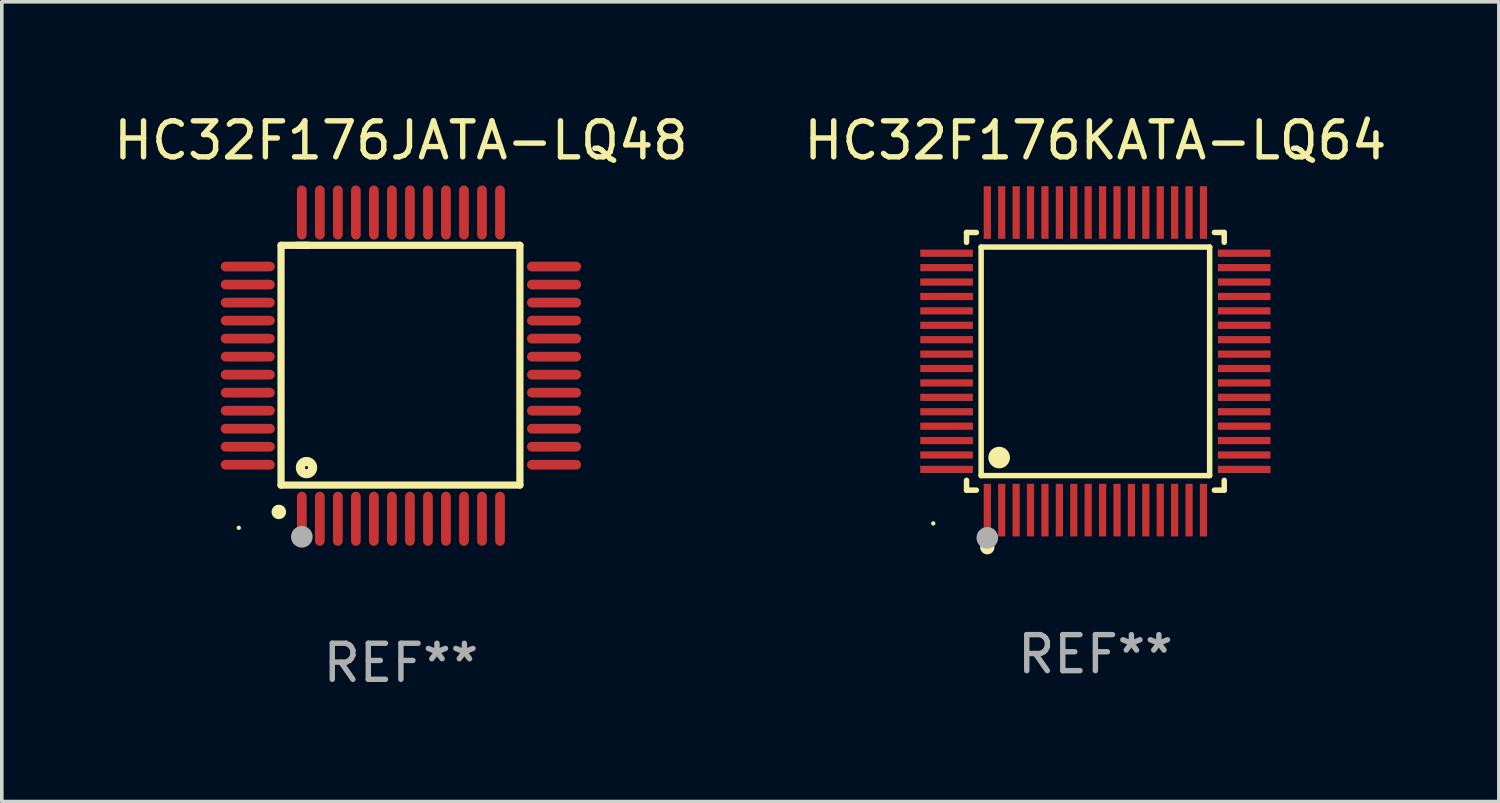
<source format=kicad_pcb>
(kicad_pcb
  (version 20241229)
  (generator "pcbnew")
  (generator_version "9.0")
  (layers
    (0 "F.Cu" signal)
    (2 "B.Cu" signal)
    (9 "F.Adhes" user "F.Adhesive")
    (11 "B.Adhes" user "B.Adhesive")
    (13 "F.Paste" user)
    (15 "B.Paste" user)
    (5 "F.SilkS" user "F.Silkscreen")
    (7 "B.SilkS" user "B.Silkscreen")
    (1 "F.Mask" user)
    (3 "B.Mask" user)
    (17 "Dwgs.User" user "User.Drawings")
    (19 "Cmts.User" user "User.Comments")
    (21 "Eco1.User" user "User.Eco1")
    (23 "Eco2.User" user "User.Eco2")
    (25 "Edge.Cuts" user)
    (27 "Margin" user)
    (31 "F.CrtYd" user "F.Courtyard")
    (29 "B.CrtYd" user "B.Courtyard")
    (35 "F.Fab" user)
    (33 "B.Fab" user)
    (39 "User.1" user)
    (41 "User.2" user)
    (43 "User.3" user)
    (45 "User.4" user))
  (footprint "HC32F176JATA-LQ48"
    (layer "F.Cu")
    (at 8.077 7.098)
    (property "Reference" "HC32F176JATA-LQ48" (at 0 -6.25 0) (layer "F.SilkS") (effects (font (size 1 1) (thickness 0.15))))
    (attr through_hole)
    (fp_line (start -3.327 -3.34) (end -2.565 -3.34) (stroke (width 0.2) (type solid)) (layer "F.SilkS"))
    (fp_line (start -3.327 3.315) (end -3.327 -3.34) (stroke (width 0.2) (type solid)) (layer "F.SilkS"))
    (fp_line (start -2.896 -3.34) (end 3.302 -3.34) (stroke (width 0.2) (type solid)) (layer "F.SilkS"))
    (fp_line (start 3.302 -3.34) (end 3.302 3.315) (stroke (width 0.2) (type solid)) (layer "F.SilkS"))
    (fp_line (start 3.302 3.315) (end -3.327 3.315) (stroke (width 0.2) (type solid)) (layer "F.SilkS"))
    (fp_arc (start -3.389992 4.059995) (mid -3.388722 4.059991) (end -3.387452 4.059995) (stroke (width 0.4) (type solid)) (layer "F.SilkS"))
    (fp_circle (center -4.5 4.5) (end -4.47 4.5) (stroke (width 0.06) (type solid)) (fill no) (layer "F.SilkS"))
    (fp_circle (center -2.62 2.83) (end -2.45 2.83) (stroke (width 0.254) (type solid)) (fill no) (layer "F.SilkS"))
    (fp_circle (center -2.75 4.75) (end -2.6 4.75) (stroke (width 0.3) (type solid)) (fill no) (layer "F.Fab"))
    (fp_text user "REF**" (at 0 8.25 0) (layer "F.Fab") (effects (font (size 1 1) (thickness 0.15))))
    (pad "1" smd oval (at -2.75 4.25) (size 0.27 1.5) (layers "F.Cu" "F.Mask" "F.Paste"))
    (pad "2" smd oval (at -2.25 4.25) (size 0.27 1.5) (layers "F.Cu" "F.Mask" "F.Paste"))
    (pad "3" smd oval (at -1.75 4.25) (size 0.27 1.5) (layers "F.Cu" "F.Mask" "F.Paste"))
    (pad "4" smd oval (at -1.25 4.25) (size 0.27 1.5) (layers "F.Cu" "F.Mask" "F.Paste"))
    (pad "5" smd oval (at -0.75 4.25) (size 0.27 1.5) (layers "F.Cu" "F.Mask" "F.Paste"))
    (pad "6" smd oval (at -0.25 4.25) (size 0.27 1.5) (layers "F.Cu" "F.Mask" "F.Paste"))
    (pad "7" smd oval (at 0.25 4.25) (size 0.27 1.5) (layers "F.Cu" "F.Mask" "F.Paste"))
    (pad "8" smd oval (at 0.75 4.25) (size 0.27 1.5) (layers "F.Cu" "F.Mask" "F.Paste"))
    (pad "9" smd oval (at 1.25 4.25) (size 0.27 1.5) (layers "F.Cu" "F.Mask" "F.Paste"))
    (pad "10" smd oval (at 1.75 4.25) (size 0.27 1.5) (layers "F.Cu" "F.Mask" "F.Paste"))
    (pad "11" smd oval (at 2.25 4.25) (size 0.27 1.5) (layers "F.Cu" "F.Mask" "F.Paste"))
    (pad "12" smd oval (at 2.75 4.25) (size 0.27 1.5) (layers "F.Cu" "F.Mask" "F.Paste"))
    (pad "13" smd oval (at 4.25 2.75) (size 1.5 0.27) (layers "F.Cu" "F.Mask" "F.Paste"))
    (pad "14" smd oval (at 4.25 2.25) (size 1.5 0.27) (layers "F.Cu" "F.Mask" "F.Paste"))
    (pad "15" smd oval (at 4.25 1.75) (size 1.5 0.27) (layers "F.Cu" "F.Mask" "F.Paste"))
    (pad "16" smd oval (at 4.25 1.25) (size 1.5 0.27) (layers "F.Cu" "F.Mask" "F.Paste"))
    (pad "17" smd oval (at 4.25 0.75) (size 1.5 0.27) (layers "F.Cu" "F.Mask" "F.Paste"))
    (pad "18" smd oval (at 4.25 0.25) (size 1.5 0.27) (layers "F.Cu" "F.Mask" "F.Paste"))
    (pad "19" smd oval (at 4.25 -0.25) (size 1.5 0.27) (layers "F.Cu" "F.Mask" "F.Paste"))
    (pad "20" smd oval (at 4.25 -0.75) (size 1.5 0.27) (layers "F.Cu" "F.Mask" "F.Paste"))
    (pad "21" smd oval (at 4.25 -1.25) (size 1.5 0.27) (layers "F.Cu" "F.Mask" "F.Paste"))
    (pad "22" smd oval (at 4.25 -1.75) (size 1.5 0.27) (layers "F.Cu" "F.Mask" "F.Paste"))
    (pad "23" smd oval (at 4.25 -2.25) (size 1.5 0.27) (layers "F.Cu" "F.Mask" "F.Paste"))
    (pad "24" smd oval (at 4.25 -2.75) (size 1.5 0.27) (layers "F.Cu" "F.Mask" "F.Paste"))
    (pad "25" smd oval (at 2.75 -4.25) (size 0.27 1.5) (layers "F.Cu" "F.Mask" "F.Paste"))
    (pad "26" smd oval (at 2.25 -4.25) (size 0.27 1.5) (layers "F.Cu" "F.Mask" "F.Paste"))
    (pad "27" smd oval (at 1.75 -4.25) (size 0.27 1.5) (layers "F.Cu" "F.Mask" "F.Paste"))
    (pad "28" smd oval (at 1.25 -4.25) (size 0.27 1.5) (layers "F.Cu" "F.Mask" "F.Paste"))
    (pad "29" smd oval (at 0.75 -4.25) (size 0.27 1.5) (layers "F.Cu" "F.Mask" "F.Paste"))
    (pad "30" smd oval (at 0.25 -4.25) (size 0.27 1.5) (layers "F.Cu" "F.Mask" "F.Paste"))
    (pad "31" smd oval (at -0.25 -4.25) (size 0.27 1.5) (layers "F.Cu" "F.Mask" "F.Paste"))
    (pad "32" smd oval (at -0.75 -4.25) (size 0.27 1.5) (layers "F.Cu" "F.Mask" "F.Paste"))
    (pad "33" smd oval (at -1.25 -4.25) (size 0.27 1.5) (layers "F.Cu" "F.Mask" "F.Paste"))
    (pad "34" smd oval (at -1.75 -4.25) (size 0.27 1.5) (layers "F.Cu" "F.Mask" "F.Paste"))
    (pad "35" smd oval (at -2.25 -4.25) (size 0.27 1.5) (layers "F.Cu" "F.Mask" "F.Paste"))
    (pad "36" smd oval (at -2.75 -4.25) (size 0.27 1.5) (layers "F.Cu" "F.Mask" "F.Paste"))
    (pad "37" smd oval (at -4.25 -2.75) (size 1.5 0.27) (layers "F.Cu" "F.Mask" "F.Paste"))
    (pad "38" smd oval (at -4.25 -2.25) (size 1.5 0.27) (layers "F.Cu" "F.Mask" "F.Paste"))
    (pad "39" smd oval (at -4.25 -1.75) (size 1.5 0.27) (layers "F.Cu" "F.Mask" "F.Paste"))
    (pad "40" smd oval (at -4.25 -1.25) (size 1.5 0.27) (layers "F.Cu" "F.Mask" "F.Paste"))
    (pad "41" smd oval (at -4.25 -0.75) (size 1.5 0.27) (layers "F.Cu" "F.Mask" "F.Paste"))
    (pad "42" smd oval (at -4.25 -0.25) (size 1.5 0.27) (layers "F.Cu" "F.Mask" "F.Paste"))
    (pad "43" smd oval (at -4.25 0.25) (size 1.5 0.27) (layers "F.Cu" "F.Mask" "F.Paste"))
    (pad "44" smd oval (at -4.25 0.75) (size 1.5 0.27) (layers "F.Cu" "F.Mask" "F.Paste"))
    (pad "45" smd oval (at -4.25 1.25) (size 1.5 0.27) (layers "F.Cu" "F.Mask" "F.Paste"))
    (pad "46" smd oval (at -4.25 1.75) (size 1.5 0.27) (layers "F.Cu" "F.Mask" "F.Paste"))
    (pad "47" smd oval (at -4.25 2.25) (size 1.5 0.27) (layers "F.Cu" "F.Mask" "F.Paste"))
    (pad "48" smd oval (at -4.25 2.75) (size 1.5 0.27) (layers "F.Cu" "F.Mask" "F.Paste")))
  (footprint "HC32F176KATA-LQ64"
    (layer "F.Cu")
    (at 27.351 6.978)
    (property "Reference" "HC32F176KATA-LQ64" (at 0 -6.13 0) (layer "F.SilkS") (effects (font (size 1 1) (thickness 0.15))))
    (attr through_hole)
    (fp_line (start -3.576 -3.576) (end -3.303 -3.576) (stroke (width 0.152) (type solid)) (layer "F.SilkS"))
    (fp_line (start -3.576 -3.303) (end -3.576 -3.576) (stroke (width 0.152) (type solid)) (layer "F.SilkS"))
    (fp_line (start -3.576 3.303) (end -3.576 3.576) (stroke (width 0.152) (type solid)) (layer "F.SilkS"))
    (fp_line (start -3.576 3.576) (end -3.303 3.576) (stroke (width 0.152) (type solid)) (layer "F.SilkS"))
    (fp_line (start -3.171 -3.171) (end 3.171 -3.171) (stroke (width 0.152) (type solid)) (layer "F.SilkS"))
    (fp_line (start -3.171 3.171) (end -3.171 -3.171) (stroke (width 0.152) (type solid)) (layer "F.SilkS"))
    (fp_line (start 3.171 -3.171) (end 3.171 3.171) (stroke (width 0.152) (type solid)) (layer "F.SilkS"))
    (fp_line (start 3.171 3.171) (end -3.171 3.171) (stroke (width 0.152) (type solid)) (layer "F.SilkS"))
    (fp_line (start 3.576 -3.576) (end 3.303 -3.576) (stroke (width 0.152) (type solid)) (layer "F.SilkS"))
    (fp_line (start 3.576 -3.303) (end 3.576 -3.576) (stroke (width 0.152) (type solid)) (layer "F.SilkS"))
    (fp_line (start 3.576 3.303) (end 3.576 3.576) (stroke (width 0.152) (type solid)) (layer "F.SilkS"))
    (fp_line (start 3.576 3.576) (end 3.303 3.576) (stroke (width 0.152) (type solid)) (layer "F.SilkS"))
    (fp_circle (center -4.5 4.5) (end -4.47 4.5) (stroke (width 0.06) (type solid)) (fill no) (layer "F.SilkS"))
    (fp_circle (center -3 5.16) (end -2.9 5.16) (stroke (width 0.2) (type solid)) (fill no) (layer "F.SilkS"))
    (fp_circle (center -2.671 2.671) (end -2.521 2.671) (stroke (width 0.3) (type solid)) (fill no) (layer "F.SilkS"))
    (fp_circle (center -3 4.9) (end -2.85 4.9) (stroke (width 0.3) (type solid)) (fill no) (layer "F.Fab"))
    (fp_text user "REF**" (at 0 8.13 0) (layer "F.Fab") (effects (font (size 1 1) (thickness 0.15))))
    (pad "1" smd rect (at -3 4.13) (size 0.2 1.46) (layers "F.Cu" "F.Mask" "F.Paste"))
    (pad "2" smd rect (at -2.6 4.13) (size 0.2 1.46) (layers "F.Cu" "F.Mask" "F.Paste"))
    (pad "3" smd rect (at -2.2 4.13) (size 0.2 1.46) (layers "F.Cu" "F.Mask" "F.Paste"))
    (pad "4" smd rect (at -1.8 4.13) (size 0.2 1.46) (layers "F.Cu" "F.Mask" "F.Paste"))
    (pad "5" smd rect (at -1.4 4.13) (size 0.2 1.46) (layers "F.Cu" "F.Mask" "F.Paste"))
    (pad "6" smd rect (at -1 4.13) (size 0.2 1.46) (layers "F.Cu" "F.Mask" "F.Paste"))
    (pad "7" smd rect (at -0.6 4.13) (size 0.2 1.46) (layers "F.Cu" "F.Mask" "F.Paste"))
    (pad "8" smd rect (at -0.2 4.13) (size 0.2 1.46) (layers "F.Cu" "F.Mask" "F.Paste"))
    (pad "9" smd rect (at 0.2 4.13) (size 0.2 1.46) (layers "F.Cu" "F.Mask" "F.Paste"))
    (pad "10" smd rect (at 0.6 4.13) (size 0.2 1.46) (layers "F.Cu" "F.Mask" "F.Paste"))
    (pad "11" smd rect (at 1 4.13) (size 0.2 1.46) (layers "F.Cu" "F.Mask" "F.Paste"))
    (pad "12" smd rect (at 1.4 4.13) (size 0.2 1.46) (layers "F.Cu" "F.Mask" "F.Paste"))
    (pad "13" smd rect (at 1.8 4.13) (size 0.2 1.46) (layers "F.Cu" "F.Mask" "F.Paste"))
    (pad "14" smd rect (at 2.2 4.13) (size 0.2 1.46) (layers "F.Cu" "F.Mask" "F.Paste"))
    (pad "15" smd rect (at 2.6 4.13) (size 0.2 1.46) (layers "F.Cu" "F.Mask" "F.Paste"))
    (pad "16" smd rect (at 3 4.13) (size 0.2 1.46) (layers "F.Cu" "F.Mask" "F.Paste"))
    (pad "17" smd rect (at 4.13 3) (size 1.46 0.2) (layers "F.Cu" "F.Mask" "F.Paste"))
    (pad "18" smd rect (at 4.13 2.6) (size 1.46 0.2) (layers "F.Cu" "F.Mask" "F.Paste"))
    (pad "19" smd rect (at 4.13 2.2) (size 1.46 0.2) (layers "F.Cu" "F.Mask" "F.Paste"))
    (pad "20" smd rect (at 4.13 1.8) (size 1.46 0.2) (layers "F.Cu" "F.Mask" "F.Paste"))
    (pad "21" smd rect (at 4.13 1.4) (size 1.46 0.2) (layers "F.Cu" "F.Mask" "F.Paste"))
    (pad "22" smd rect (at 4.13 1) (size 1.46 0.2) (layers "F.Cu" "F.Mask" "F.Paste"))
    (pad "23" smd rect (at 4.13 0.6) (size 1.46 0.2) (layers "F.Cu" "F.Mask" "F.Paste"))
    (pad "24" smd rect (at 4.13 0.2) (size 1.46 0.2) (layers "F.Cu" "F.Mask" "F.Paste"))
    (pad "25" smd rect (at 4.13 -0.2) (size 1.46 0.2) (layers "F.Cu" "F.Mask" "F.Paste"))
    (pad "26" smd rect (at 4.13 -0.6) (size 1.46 0.2) (layers "F.Cu" "F.Mask" "F.Paste"))
    (pad "27" smd rect (at 4.13 -1) (size 1.46 0.2) (layers "F.Cu" "F.Mask" "F.Paste"))
    (pad "28" smd rect (at 4.13 -1.4) (size 1.46 0.2) (layers "F.Cu" "F.Mask" "F.Paste"))
    (pad "29" smd rect (at 4.13 -1.8) (size 1.46 0.2) (layers "F.Cu" "F.Mask" "F.Paste"))
    (pad "30" smd rect (at 4.13 -2.2) (size 1.46 0.2) (layers "F.Cu" "F.Mask" "F.Paste"))
    (pad "31" smd rect (at 4.13 -2.6) (size 1.46 0.2) (layers "F.Cu" "F.Mask" "F.Paste"))
    (pad "32" smd rect (at 4.13 -3) (size 1.46 0.2) (layers "F.Cu" "F.Mask" "F.Paste"))
    (pad "33" smd rect (at 3 -4.13) (size 0.2 1.46) (layers "F.Cu" "F.Mask" "F.Paste"))
    (pad "34" smd rect (at 2.6 -4.13) (size 0.2 1.46) (layers "F.Cu" "F.Mask" "F.Paste"))
    (pad "35" smd rect (at 2.2 -4.13) (size 0.2 1.46) (layers "F.Cu" "F.Mask" "F.Paste"))
    (pad "36" smd rect (at 1.8 -4.13) (size 0.2 1.46) (layers "F.Cu" "F.Mask" "F.Paste"))
    (pad "37" smd rect (at 1.4 -4.13) (size 0.2 1.46) (layers "F.Cu" "F.Mask" "F.Paste"))
    (pad "38" smd rect (at 1 -4.13) (size 0.2 1.46) (layers "F.Cu" "F.Mask" "F.Paste"))
    (pad "39" smd rect (at 0.6 -4.13) (size 0.2 1.46) (layers "F.Cu" "F.Mask" "F.Paste"))
    (pad "40" smd rect (at 0.2 -4.13) (size 0.2 1.46) (layers "F.Cu" "F.Mask" "F.Paste"))
    (pad "41" smd rect (at -0.2 -4.13) (size 0.2 1.46) (layers "F.Cu" "F.Mask" "F.Paste"))
    (pad "42" smd rect (at -0.6 -4.13) (size 0.2 1.46) (layers "F.Cu" "F.Mask" "F.Paste"))
    (pad "43" smd rect (at -1 -4.13) (size 0.2 1.46) (layers "F.Cu" "F.Mask" "F.Paste"))
    (pad "44" smd rect (at -1.4 -4.13) (size 0.2 1.46) (layers "F.Cu" "F.Mask" "F.Paste"))
    (pad "45" smd rect (at -1.8 -4.13) (size 0.2 1.46) (layers "F.Cu" "F.Mask" "F.Paste"))
    (pad "46" smd rect (at -2.2 -4.13) (size 0.2 1.46) (layers "F.Cu" "F.Mask" "F.Paste"))
    (pad "47" smd rect (at -2.6 -4.13) (size 0.2 1.46) (layers "F.Cu" "F.Mask" "F.Paste"))
    (pad "48" smd rect (at -3 -4.13) (size 0.2 1.46) (layers "F.Cu" "F.Mask" "F.Paste"))
    (pad "49" smd rect (at -4.13 -3) (size 1.46 0.2) (layers "F.Cu" "F.Mask" "F.Paste"))
    (pad "50" smd rect (at -4.13 -2.6) (size 1.46 0.2) (layers "F.Cu" "F.Mask" "F.Paste"))
    (pad "51" smd rect (at -4.13 -2.2) (size 1.46 0.2) (layers "F.Cu" "F.Mask" "F.Paste"))
    (pad "52" smd rect (at -4.13 -1.8) (size 1.46 0.2) (layers "F.Cu" "F.Mask" "F.Paste"))
    (pad "53" smd rect (at -4.13 -1.4) (size 1.46 0.2) (layers "F.Cu" "F.Mask" "F.Paste"))
    (pad "54" smd rect (at -4.13 -1) (size 1.46 0.2) (layers "F.Cu" "F.Mask" "F.Paste"))
    (pad "55" smd rect (at -4.13 -0.6) (size 1.46 0.2) (layers "F.Cu" "F.Mask" "F.Paste"))
    (pad "56" smd rect (at -4.13 -0.2) (size 1.46 0.2) (layers "F.Cu" "F.Mask" "F.Paste"))
    (pad "57" smd rect (at -4.13 0.2) (size 1.46 0.2) (layers "F.Cu" "F.Mask" "F.Paste"))
    (pad "58" smd rect (at -4.13 0.6) (size 1.46 0.2) (layers "F.Cu" "F.Mask" "F.Paste"))
    (pad "59" smd rect (at -4.13 1) (size 1.46 0.2) (layers "F.Cu" "F.Mask" "F.Paste"))
    (pad "60" smd rect (at -4.13 1.4) (size 1.46 0.2) (layers "F.Cu" "F.Mask" "F.Paste"))
    (pad "61" smd rect (at -4.13 1.8) (size 1.46 0.2) (layers "F.Cu" "F.Mask" "F.Paste"))
    (pad "62" smd rect (at -4.13 2.2) (size 1.46 0.2) (layers "F.Cu" "F.Mask" "F.Paste"))
    (pad "63" smd rect (at -4.13 2.6) (size 1.46 0.2) (layers "F.Cu" "F.Mask" "F.Paste"))
    (pad "64" smd rect (at -4.13 3) (size 1.46 0.2) (layers "F.Cu" "F.Mask" "F.Paste")))
  (gr_rect
    (start -3 -3)
    (end 38.548 19.196)
    (stroke (width 0.1) (type default))
    (fill no)
    (layer "Edge.Cuts")))
</source>
